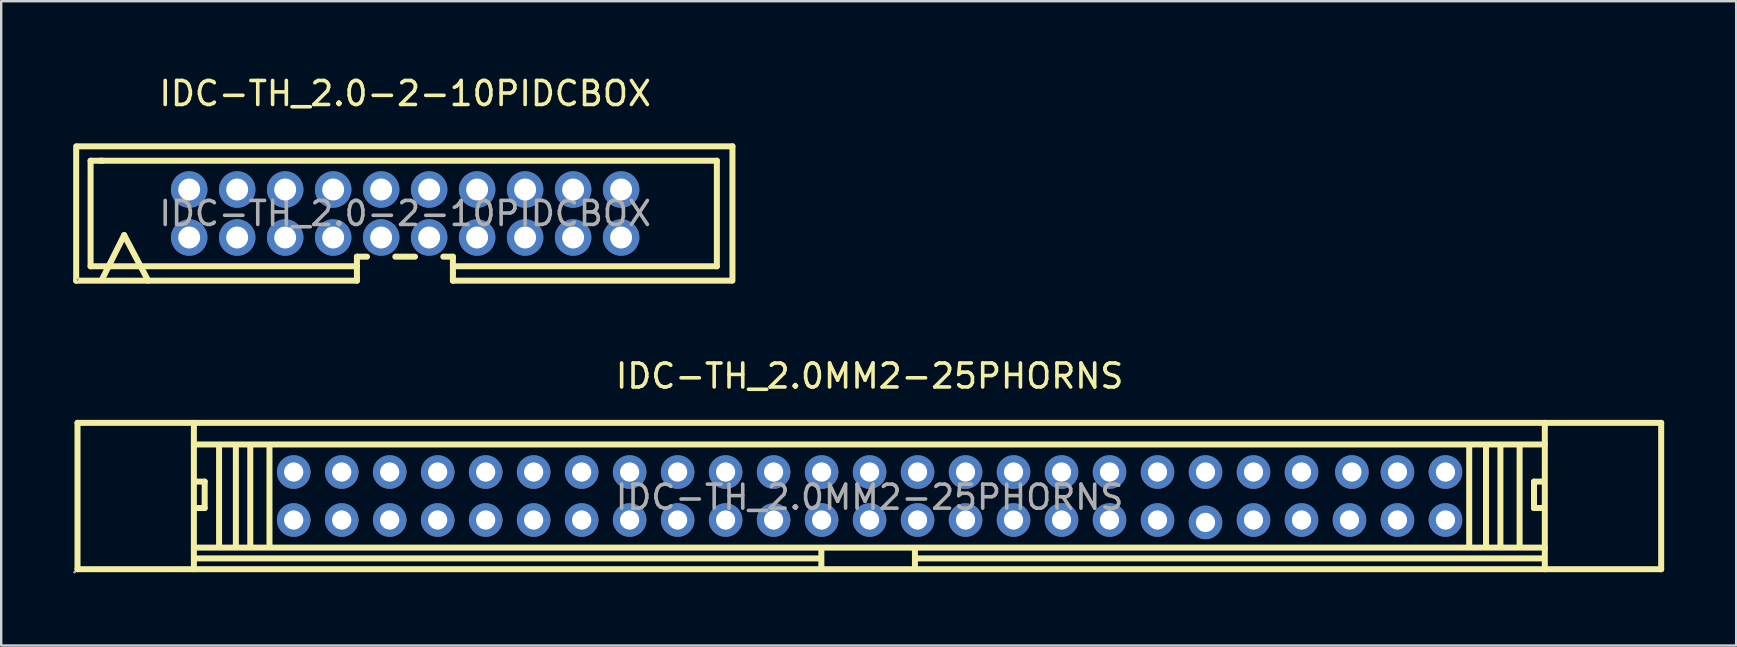
<source format=kicad_pcb>
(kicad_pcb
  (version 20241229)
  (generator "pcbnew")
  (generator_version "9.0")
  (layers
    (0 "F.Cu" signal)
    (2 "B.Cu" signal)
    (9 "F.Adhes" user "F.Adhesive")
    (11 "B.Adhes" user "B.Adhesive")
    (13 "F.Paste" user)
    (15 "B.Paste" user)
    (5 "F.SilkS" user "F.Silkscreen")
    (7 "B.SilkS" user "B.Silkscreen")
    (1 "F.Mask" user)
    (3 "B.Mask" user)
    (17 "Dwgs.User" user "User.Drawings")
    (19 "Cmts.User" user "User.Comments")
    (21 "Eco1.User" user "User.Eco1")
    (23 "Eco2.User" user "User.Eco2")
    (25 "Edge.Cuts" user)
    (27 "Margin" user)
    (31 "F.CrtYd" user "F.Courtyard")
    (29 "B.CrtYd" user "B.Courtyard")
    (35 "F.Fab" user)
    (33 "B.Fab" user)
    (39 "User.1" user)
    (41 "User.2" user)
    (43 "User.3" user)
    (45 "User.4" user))
  (footprint "IDC-TH_2.0MM2-25PHORNS"
    (layer "F.Cu")
    (at 33.19 17.672)
    (property "Reference" "IDC-TH_2.0MM2-25PHORNS" (at 0 -5.05 0) (layer "F.SilkS") (effects (font (size 1 1) (thickness 0.15))))
    (attr through_hole)
    (fp_line (start -33.01 -3.1) (end -33.01 3) (stroke (width 0.25) (type solid)) (layer "F.SilkS"))
    (fp_line (start -33.01 -3.1) (end 32.99 -3.1) (stroke (width 0.25) (type solid)) (layer "F.SilkS"))
    (fp_line (start -33.01 3) (end 32.99 3) (stroke (width 0.25) (type solid)) (layer "F.SilkS"))
    (fp_line (start -28.16 -3.1) (end -28.16 3) (stroke (width 0.25) (type solid)) (layer "F.SilkS"))
    (fp_line (start -28.16 -2.2) (end 28.14 -2.2) (stroke (width 0.25) (type solid)) (layer "F.SilkS"))
    (fp_line (start -28.11 -0.65) (end -27.71 -0.65) (stroke (width 0.25) (type solid)) (layer "F.SilkS"))
    (fp_line (start -27.71 -0.65) (end -27.71 0.45) (stroke (width 0.25) (type solid)) (layer "F.SilkS"))
    (fp_line (start -27.71 0.45) (end -28.11 0.45) (stroke (width 0.25) (type solid)) (layer "F.SilkS"))
    (fp_line (start -27.11 -2.15) (end -27.11 2.05) (stroke (width 0.25) (type solid)) (layer "F.SilkS"))
    (fp_line (start -26.41 -2.15) (end -26.41 2.05) (stroke (width 0.25) (type solid)) (layer "F.SilkS"))
    (fp_line (start -25.81 -2.15) (end -25.81 2.05) (stroke (width 0.25) (type solid)) (layer "F.SilkS"))
    (fp_line (start -25.01 -2.15) (end -25.01 2.05) (stroke (width 0.25) (type solid)) (layer "F.SilkS"))
    (fp_line (start -2.11 2.55) (end -28.11 2.55) (stroke (width 0.25) (type solid)) (layer "F.SilkS"))
    (fp_line (start -2.01 2.15) (end -2.01 2.95) (stroke (width 0.25) (type solid)) (layer "F.SilkS"))
    (fp_line (start 1.89 2.15) (end 1.89 2.95) (stroke (width 0.25) (type solid)) (layer "F.SilkS"))
    (fp_line (start 24.99 -2.15) (end 24.99 2.05) (stroke (width 0.25) (type solid)) (layer "F.SilkS"))
    (fp_line (start 25.69 -2.15) (end 25.69 2.05) (stroke (width 0.25) (type solid)) (layer "F.SilkS"))
    (fp_line (start 26.29 -2.15) (end 26.29 2.05) (stroke (width 0.25) (type solid)) (layer "F.SilkS"))
    (fp_line (start 27.09 -2.15) (end 27.09 2.05) (stroke (width 0.25) (type solid)) (layer "F.SilkS"))
    (fp_line (start 27.69 -0.65) (end 28.09 -0.65) (stroke (width 0.25) (type solid)) (layer "F.SilkS"))
    (fp_line (start 27.69 0.45) (end 27.69 -0.65) (stroke (width 0.25) (type solid)) (layer "F.SilkS"))
    (fp_line (start 28.09 0.45) (end 27.69 0.45) (stroke (width 0.25) (type solid)) (layer "F.SilkS"))
    (fp_line (start 28.09 2.55) (end 1.89 2.55) (stroke (width 0.25) (type solid)) (layer "F.SilkS"))
    (fp_line (start 28.14 -3.1) (end 28.14 3) (stroke (width 0.25) (type solid)) (layer "F.SilkS"))
    (fp_line (start 28.14 2.1) (end -28.16 2.1) (stroke (width 0.25) (type solid)) (layer "F.SilkS"))
    (fp_line (start 32.99 -3.1) (end 32.99 3) (stroke (width 0.25) (type solid)) (layer "F.SilkS"))
    (fp_circle (center -33.13 3.12) (end -33.1 3.12) (stroke (width 0.06) (type solid)) (fill no) (layer "F.Fab"))
    (fp_circle (center -24 -1.05) (end -23.85 -1.05) (stroke (width 0.3) (type solid)) (fill no) (layer "F.Fab"))
    (fp_circle (center -24 0.95) (end -23.85 0.95) (stroke (width 0.3) (type solid)) (fill no) (layer "F.Fab"))
    (fp_circle (center -22 -1.05) (end -21.85 -1.05) (stroke (width 0.3) (type solid)) (fill no) (layer "F.Fab"))
    (fp_circle (center -22 0.95) (end -21.85 0.95) (stroke (width 0.3) (type solid)) (fill no) (layer "F.Fab"))
    (fp_circle (center -20 -1.05) (end -19.85 -1.05) (stroke (width 0.3) (type solid)) (fill no) (layer "F.Fab"))
    (fp_circle (center -20 0.95) (end -19.85 0.95) (stroke (width 0.3) (type solid)) (fill no) (layer "F.Fab"))
    (fp_circle (center -18 -1.05) (end -17.85 -1.05) (stroke (width 0.3) (type solid)) (fill no) (layer "F.Fab"))
    (fp_circle (center -18 0.95) (end -17.85 0.95) (stroke (width 0.3) (type solid)) (fill no) (layer "F.Fab"))
    (fp_circle (center -16 -1.05) (end -15.85 -1.05) (stroke (width 0.3) (type solid)) (fill no) (layer "F.Fab"))
    (fp_circle (center -16 0.95) (end -15.85 0.95) (stroke (width 0.3) (type solid)) (fill no) (layer "F.Fab"))
    (fp_circle (center -14 -1.05) (end -13.85 -1.05) (stroke (width 0.3) (type solid)) (fill no) (layer "F.Fab"))
    (fp_circle (center -14 0.95) (end -13.85 0.95) (stroke (width 0.3) (type solid)) (fill no) (layer "F.Fab"))
    (fp_circle (center -12 -1.05) (end -11.85 -1.05) (stroke (width 0.3) (type solid)) (fill no) (layer "F.Fab"))
    (fp_circle (center -12 0.95) (end -11.85 0.95) (stroke (width 0.3) (type solid)) (fill no) (layer "F.Fab"))
    (fp_circle (center -10 -1.05) (end -9.85 -1.05) (stroke (width 0.3) (type solid)) (fill no) (layer "F.Fab"))
    (fp_circle (center -10 0.95) (end -9.85 0.95) (stroke (width 0.3) (type solid)) (fill no) (layer "F.Fab"))
    (fp_circle (center -8 -1.05) (end -7.85 -1.05) (stroke (width 0.3) (type solid)) (fill no) (layer "F.Fab"))
    (fp_circle (center -8 0.95) (end -7.85 0.95) (stroke (width 0.3) (type solid)) (fill no) (layer "F.Fab"))
    (fp_circle (center -6 -1.05) (end -5.85 -1.05) (stroke (width 0.3) (type solid)) (fill no) (layer "F.Fab"))
    (fp_circle (center -6 0.95) (end -5.85 0.95) (stroke (width 0.3) (type solid)) (fill no) (layer "F.Fab"))
    (fp_circle (center -4 -1.05) (end -3.85 -1.05) (stroke (width 0.3) (type solid)) (fill no) (layer "F.Fab"))
    (fp_circle (center -4 0.95) (end -3.85 0.95) (stroke (width 0.3) (type solid)) (fill no) (layer "F.Fab"))
    (fp_circle (center -2 -1.05) (end -1.85 -1.05) (stroke (width 0.3) (type solid)) (fill no) (layer "F.Fab"))
    (fp_circle (center -2 0.95) (end -1.85 0.95) (stroke (width 0.3) (type solid)) (fill no) (layer "F.Fab"))
    (fp_circle (center 0 -1.05) (end 0.15 -1.05) (stroke (width 0.3) (type solid)) (fill no) (layer "F.Fab"))
    (fp_circle (center 0 0.95) (end 0.15 0.95) (stroke (width 0.3) (type solid)) (fill no) (layer "F.Fab"))
    (fp_circle (center 2 -1.05) (end 2.15 -1.05) (stroke (width 0.3) (type solid)) (fill no) (layer "F.Fab"))
    (fp_circle (center 2 0.95) (end 2.15 0.95) (stroke (width 0.3) (type solid)) (fill no) (layer "F.Fab"))
    (fp_circle (center 4 -1.05) (end 4.15 -1.05) (stroke (width 0.3) (type solid)) (fill no) (layer "F.Fab"))
    (fp_circle (center 4 0.95) (end 4.15 0.95) (stroke (width 0.3) (type solid)) (fill no) (layer "F.Fab"))
    (fp_circle (center 6 -1.05) (end 6.15 -1.05) (stroke (width 0.3) (type solid)) (fill no) (layer "F.Fab"))
    (fp_circle (center 6 0.95) (end 6.15 0.95) (stroke (width 0.3) (type solid)) (fill no) (layer "F.Fab"))
    (fp_circle (center 8 -1.05) (end 8.15 -1.05) (stroke (width 0.3) (type solid)) (fill no) (layer "F.Fab"))
    (fp_circle (center 8 0.95) (end 8.15 0.95) (stroke (width 0.3) (type solid)) (fill no) (layer "F.Fab"))
    (fp_circle (center 10 -1.05) (end 10.15 -1.05) (stroke (width 0.3) (type solid)) (fill no) (layer "F.Fab"))
    (fp_circle (center 10 0.95) (end 10.15 0.95) (stroke (width 0.3) (type solid)) (fill no) (layer "F.Fab"))
    (fp_circle (center 12 -1.05) (end 12.15 -1.05) (stroke (width 0.3) (type solid)) (fill no) (layer "F.Fab"))
    (fp_circle (center 12 0.95) (end 12.15 0.95) (stroke (width 0.3) (type solid)) (fill no) (layer "F.Fab"))
    (fp_circle (center 14 -1.05) (end 14.15 -1.05) (stroke (width 0.3) (type solid)) (fill no) (layer "F.Fab"))
    (fp_circle (center 14 1.05) (end 14.15 1.05) (stroke (width 0.3) (type solid)) (fill no) (layer "F.Fab"))
    (fp_circle (center 16 -1.05) (end 16.15 -1.05) (stroke (width 0.3) (type solid)) (fill no) (layer "F.Fab"))
    (fp_circle (center 16 0.95) (end 16.15 0.95) (stroke (width 0.3) (type solid)) (fill no) (layer "F.Fab"))
    (fp_circle (center 18 -1.05) (end 18.15 -1.05) (stroke (width 0.3) (type solid)) (fill no) (layer "F.Fab"))
    (fp_circle (center 18 0.95) (end 18.15 0.95) (stroke (width 0.3) (type solid)) (fill no) (layer "F.Fab"))
    (fp_circle (center 20 0.95) (end 20.15 0.95) (stroke (width 0.3) (type solid)) (fill no) (layer "F.Fab"))
    (fp_circle (center 20.1 -1.05) (end 20.25 -1.05) (stroke (width 0.3) (type solid)) (fill no) (layer "F.Fab"))
    (fp_circle (center 22 -1.05) (end 22.15 -1.05) (stroke (width 0.3) (type solid)) (fill no) (layer "F.Fab"))
    (fp_circle (center 22 0.95) (end 22.15 0.95) (stroke (width 0.3) (type solid)) (fill no) (layer "F.Fab"))
    (fp_circle (center 24 -1.05) (end 24.15 -1.05) (stroke (width 0.3) (type solid)) (fill no) (layer "F.Fab"))
    (fp_circle (center 24 0.95) (end 24.15 0.95) (stroke (width 0.3) (type solid)) (fill no) (layer "F.Fab"))
    (fp_text user "${REFERENCE}" (at 0 0 0) (layer "F.Fab") (effects (font (size 1 1) (thickness 0.15))))
    (pad "1" thru_hole circle (at -24 0.95) (size 1.4 1.4) (drill 0.8) (layers "*.Cu" "*.Paste" "*.Mask"))
    (pad "2" thru_hole circle (at -24 -1.05) (size 1.4 1.4) (drill 0.8) (layers "*.Cu" "*.Paste" "*.Mask"))
    (pad "3" thru_hole circle (at -22 0.95) (size 1.4 1.4) (drill 0.8) (layers "*.Cu" "*.Paste" "*.Mask"))
    (pad "4" thru_hole circle (at -22 -1.05) (size 1.4 1.4) (drill 0.8) (layers "*.Cu" "*.Paste" "*.Mask"))
    (pad "5" thru_hole circle (at -20 0.95) (size 1.4 1.4) (drill 0.8) (layers "*.Cu" "*.Paste" "*.Mask"))
    (pad "6" thru_hole circle (at -20 -1.05) (size 1.4 1.4) (drill 0.8) (layers "*.Cu" "*.Paste" "*.Mask"))
    (pad "7" thru_hole circle (at -18 0.95) (size 1.4 1.4) (drill 0.8) (layers "*.Cu" "*.Paste" "*.Mask"))
    (pad "8" thru_hole circle (at -18 -1.05) (size 1.4 1.4) (drill 0.8) (layers "*.Cu" "*.Paste" "*.Mask"))
    (pad "9" thru_hole circle (at -16 0.95) (size 1.4 1.4) (drill 0.8) (layers "*.Cu" "*.Paste" "*.Mask"))
    (pad "10" thru_hole circle (at -16 -1.05) (size 1.4 1.4) (drill 0.8) (layers "*.Cu" "*.Paste" "*.Mask"))
    (pad "11" thru_hole circle (at -14 0.95) (size 1.4 1.4) (drill 0.8) (layers "*.Cu" "*.Paste" "*.Mask"))
    (pad "12" thru_hole circle (at -14 -1.05) (size 1.4 1.4) (drill 0.8) (layers "*.Cu" "*.Paste" "*.Mask"))
    (pad "13" thru_hole circle (at -12 0.95) (size 1.4 1.4) (drill 0.8) (layers "*.Cu" "*.Paste" "*.Mask"))
    (pad "14" thru_hole circle (at -12 -1.05) (size 1.4 1.4) (drill 0.8) (layers "*.Cu" "*.Paste" "*.Mask"))
    (pad "15" thru_hole circle (at -10 0.95) (size 1.4 1.4) (drill 0.8) (layers "*.Cu" "*.Paste" "*.Mask"))
    (pad "16" thru_hole circle (at -10 -1.05) (size 1.4 1.4) (drill 0.8) (layers "*.Cu" "*.Paste" "*.Mask"))
    (pad "17" thru_hole circle (at -8 0.95) (size 1.4 1.4) (drill 0.8) (layers "*.Cu" "*.Paste" "*.Mask"))
    (pad "18" thru_hole circle (at -8 -1.05) (size 1.4 1.4) (drill 0.8) (layers "*.Cu" "*.Paste" "*.Mask"))
    (pad "19" thru_hole circle (at -6 0.95) (size 1.4 1.4) (drill 0.8) (layers "*.Cu" "*.Paste" "*.Mask"))
    (pad "20" thru_hole circle (at -6 -1.05) (size 1.4 1.4) (drill 0.8) (layers "*.Cu" "*.Paste" "*.Mask"))
    (pad "21" thru_hole circle (at -4 0.95) (size 1.4 1.4) (drill 0.8) (layers "*.Cu" "*.Paste" "*.Mask"))
    (pad "22" thru_hole circle (at -4 -1.05) (size 1.4 1.4) (drill 0.8) (layers "*.Cu" "*.Paste" "*.Mask"))
    (pad "23" thru_hole circle (at -2 0.95) (size 1.4 1.4) (drill 0.8) (layers "*.Cu" "*.Paste" "*.Mask"))
    (pad "24" thru_hole circle (at -2 -1.05) (size 1.4 1.4) (drill 0.8) (layers "*.Cu" "*.Paste" "*.Mask"))
    (pad "25" thru_hole circle (at 0 0.95) (size 1.4 1.4) (drill 0.8) (layers "*.Cu" "*.Paste" "*.Mask"))
    (pad "26" thru_hole circle (at 0 -1.05) (size 1.4 1.4) (drill 0.8) (layers "*.Cu" "*.Paste" "*.Mask"))
    (pad "27" thru_hole circle (at 2 0.95) (size 1.4 1.4) (drill 0.8) (layers "*.Cu" "*.Paste" "*.Mask"))
    (pad "28" thru_hole circle (at 2 -1.05) (size 1.4 1.4) (drill 0.8) (layers "*.Cu" "*.Paste" "*.Mask"))
    (pad "29" thru_hole circle (at 4 0.95) (size 1.4 1.4) (drill 0.8) (layers "*.Cu" "*.Paste" "*.Mask"))
    (pad "30" thru_hole circle (at 4 -1.05) (size 1.4 1.4) (drill 0.8) (layers "*.Cu" "*.Paste" "*.Mask"))
    (pad "31" thru_hole circle (at 6 0.95) (size 1.4 1.4) (drill 0.8) (layers "*.Cu" "*.Paste" "*.Mask"))
    (pad "32" thru_hole circle (at 6 -1.05) (size 1.4 1.4) (drill 0.8) (layers "*.Cu" "*.Paste" "*.Mask"))
    (pad "33" thru_hole circle (at 8 0.95) (size 1.4 1.4) (drill 0.8) (layers "*.Cu" "*.Paste" "*.Mask"))
    (pad "34" thru_hole circle (at 8 -1.05) (size 1.4 1.4) (drill 0.8) (layers "*.Cu" "*.Paste" "*.Mask"))
    (pad "35" thru_hole circle (at 10 0.95) (size 1.4 1.4) (drill 0.8) (layers "*.Cu" "*.Paste" "*.Mask"))
    (pad "36" thru_hole circle (at 10 -1.05) (size 1.4 1.4) (drill 0.8) (layers "*.Cu" "*.Paste" "*.Mask"))
    (pad "37" thru_hole circle (at 12 0.95) (size 1.4 1.4) (drill 0.8) (layers "*.Cu" "*.Paste" "*.Mask"))
    (pad "38" thru_hole circle (at 12 -1.05) (size 1.4 1.4) (drill 0.8) (layers "*.Cu" "*.Paste" "*.Mask"))
    (pad "39" thru_hole circle (at 14 1.05) (size 1.4 1.4) (drill 0.8) (layers "*.Cu" "*.Paste" "*.Mask"))
    (pad "40" thru_hole circle (at 14 -1.05) (size 1.4 1.4) (drill 0.8) (layers "*.Cu" "*.Paste" "*.Mask"))
    (pad "41" thru_hole circle (at 16 0.95) (size 1.4 1.4) (drill 0.8) (layers "*.Cu" "*.Paste" "*.Mask"))
    (pad "42" thru_hole circle (at 16 -1.05) (size 1.4 1.4) (drill 0.8) (layers "*.Cu" "*.Paste" "*.Mask"))
    (pad "43" thru_hole circle (at 18 0.95) (size 1.4 1.4) (drill 0.8) (layers "*.Cu" "*.Paste" "*.Mask"))
    (pad "44" thru_hole circle (at 18 -1.05) (size 1.4 1.4) (drill 0.8) (layers "*.Cu" "*.Paste" "*.Mask"))
    (pad "45" thru_hole circle (at 20 0.95) (size 1.4 1.4) (drill 0.8) (layers "*.Cu" "*.Paste" "*.Mask"))
    (pad "46" thru_hole circle (at 20.1 -1.05) (size 1.4 1.4) (drill 0.8) (layers "*.Cu" "*.Paste" "*.Mask"))
    (pad "47" thru_hole circle (at 22 0.95) (size 1.4 1.4) (drill 0.8) (layers "*.Cu" "*.Paste" "*.Mask"))
    (pad "48" thru_hole circle (at 22 -1.05) (size 1.4 1.4) (drill 0.8) (layers "*.Cu" "*.Paste" "*.Mask"))
    (pad "49" thru_hole circle (at 24 0.95) (size 1.4 1.4) (drill 0.8) (layers "*.Cu" "*.Paste" "*.Mask"))
    (pad "50" thru_hole circle (at 24 -1.05) (size 1.4 1.4) (drill 0.8) (layers "*.Cu" "*.Paste" "*.Mask")))
  (footprint "IDC-TH_2.0-2-10PIDCBOX"
    (layer "F.Cu")
    (at 13.835 5.848)
    (property "Reference" "IDC-TH_2.0-2-10PIDCBOX" (at 0 -5 0) (layer "F.SilkS") (effects (font (size 1 1) (thickness 0.15))))
    (attr through_hole)
    (fp_line (start -13.71 2.8) (end -13.71 -2.8) (stroke (width 0.25) (type solid)) (layer "F.SilkS"))
    (fp_line (start -13.66 -2.8) (end 13.64 -2.8) (stroke (width 0.25) (type solid)) (layer "F.SilkS"))
    (fp_line (start -13.11 -2.2) (end -12.61 -2.2) (stroke (width 0.25) (type solid)) (layer "F.SilkS"))
    (fp_line (start -13.11 2.2) (end -13.11 -2.2) (stroke (width 0.25) (type solid)) (layer "F.SilkS"))
    (fp_line (start -12.71 -2.2) (end 12.99 -2.2) (stroke (width 0.25) (type solid)) (layer "F.SilkS"))
    (fp_line (start -12.61 2.7) (end -11.71 0.9) (stroke (width 0.25) (type solid)) (layer "F.SilkS"))
    (fp_line (start -11.71 0.9) (end -10.71 2.8) (stroke (width 0.25) (type solid)) (layer "F.SilkS"))
    (fp_line (start -2.01 1.8) (end -2.01 2.7) (stroke (width 0.25) (type solid)) (layer "F.SilkS"))
    (fp_line (start -2.01 1.8) (end -1.59 1.8) (stroke (width 0.25) (type solid)) (layer "F.SilkS"))
    (fp_line (start -2.01 2.2) (end -13.11 2.2) (stroke (width 0.25) (type solid)) (layer "F.SilkS"))
    (fp_line (start -2.01 2.7) (end -2.01 2.8) (stroke (width 0.25) (type solid)) (layer "F.SilkS"))
    (fp_line (start -2.01 2.8) (end -13.71 2.8) (stroke (width 0.25) (type solid)) (layer "F.SilkS"))
    (fp_line (start -0.41 1.8) (end 0.41 1.8) (stroke (width 0.25) (type solid)) (layer "F.SilkS"))
    (fp_line (start 1.59 1.8) (end 1.99 1.8) (stroke (width 0.25) (type solid)) (layer "F.SilkS"))
    (fp_line (start 1.99 1.8) (end 1.99 2.5) (stroke (width 0.25) (type solid)) (layer "F.SilkS"))
    (fp_line (start 1.99 2.5) (end 1.99 2.8) (stroke (width 0.25) (type solid)) (layer "F.SilkS"))
    (fp_line (start 1.99 2.8) (end 13.59 2.8) (stroke (width 0.25) (type solid)) (layer "F.SilkS"))
    (fp_line (start 12.99 -2.2) (end 12.99 2.2) (stroke (width 0.25) (type solid)) (layer "F.SilkS"))
    (fp_line (start 12.99 2.2) (end 2.09 2.2) (stroke (width 0.25) (type solid)) (layer "F.SilkS"))
    (fp_line (start 13.64 -2.8) (end 13.64 2.8) (stroke (width 0.25) (type solid)) (layer "F.SilkS"))
    (fp_circle (center -13.65 2.75) (end -13.62 2.75) (stroke (width 0.06) (type solid)) (fill no) (layer "F.Fab"))
    (fp_text user "${REFERENCE}" (at 0 0 0) (layer "F.Fab") (effects (font (size 1 1) (thickness 0.15))))
    (pad "1" thru_hole circle (at -9 1) (size 1.52 1.52) (drill 0.914) (layers "*.Cu" "*.Paste" "*.Mask"))
    (pad "2" thru_hole circle (at -9 -1) (size 1.52 1.52) (drill 0.914) (layers "*.Cu" "*.Paste" "*.Mask"))
    (pad "3" thru_hole circle (at -7 1) (size 1.52 1.52) (drill 0.914) (layers "*.Cu" "*.Paste" "*.Mask"))
    (pad "4" thru_hole circle (at -7 -1) (size 1.52 1.52) (drill 0.914) (layers "*.Cu" "*.Paste" "*.Mask"))
    (pad "5" thru_hole circle (at -5 1) (size 1.52 1.52) (drill 0.914) (layers "*.Cu" "*.Paste" "*.Mask"))
    (pad "6" thru_hole circle (at -5 -1) (size 1.52 1.52) (drill 0.914) (layers "*.Cu" "*.Paste" "*.Mask"))
    (pad "7" thru_hole circle (at -3 1) (size 1.52 1.52) (drill 0.914) (layers "*.Cu" "*.Paste" "*.Mask"))
    (pad "8" thru_hole circle (at -3 -1) (size 1.52 1.52) (drill 0.914) (layers "*.Cu" "*.Paste" "*.Mask"))
    (pad "9" thru_hole circle (at -1 1) (size 1.52 1.52) (drill 0.914) (layers "*.Cu" "*.Paste" "*.Mask"))
    (pad "10" thru_hole circle (at -1 -1) (size 1.52 1.52) (drill 0.914) (layers "*.Cu" "*.Paste" "*.Mask"))
    (pad "11" thru_hole circle (at 1 1) (size 1.52 1.52) (drill 0.914) (layers "*.Cu" "*.Paste" "*.Mask"))
    (pad "12" thru_hole circle (at 1 -1) (size 1.52 1.52) (drill 0.914) (layers "*.Cu" "*.Paste" "*.Mask"))
    (pad "13" thru_hole circle (at 3 1) (size 1.52 1.52) (drill 0.914) (layers "*.Cu" "*.Paste" "*.Mask"))
    (pad "14" thru_hole circle (at 3 -1) (size 1.52 1.52) (drill 0.914) (layers "*.Cu" "*.Paste" "*.Mask"))
    (pad "15" thru_hole circle (at 5 1) (size 1.52 1.52) (drill 0.914) (layers "*.Cu" "*.Paste" "*.Mask"))
    (pad "16" thru_hole circle (at 5 -1) (size 1.52 1.52) (drill 0.914) (layers "*.Cu" "*.Paste" "*.Mask"))
    (pad "17" thru_hole circle (at 7 1) (size 1.52 1.52) (drill 0.914) (layers "*.Cu" "*.Paste" "*.Mask"))
    (pad "18" thru_hole circle (at 7 -1) (size 1.52 1.52) (drill 0.914) (layers "*.Cu" "*.Paste" "*.Mask"))
    (pad "19" thru_hole circle (at 9 1) (size 1.52 1.52) (drill 0.914) (layers "*.Cu" "*.Paste" "*.Mask"))
    (pad "20" thru_hole circle (at 9 -1) (size 1.52 1.52) (drill 0.914) (layers "*.Cu" "*.Paste" "*.Mask")))
  (gr_rect
    (start -3 -3)
    (end 69.305 23.852)
    (stroke (width 0.1) (type default))
    (fill no)
    (layer "Edge.Cuts")))
</source>
